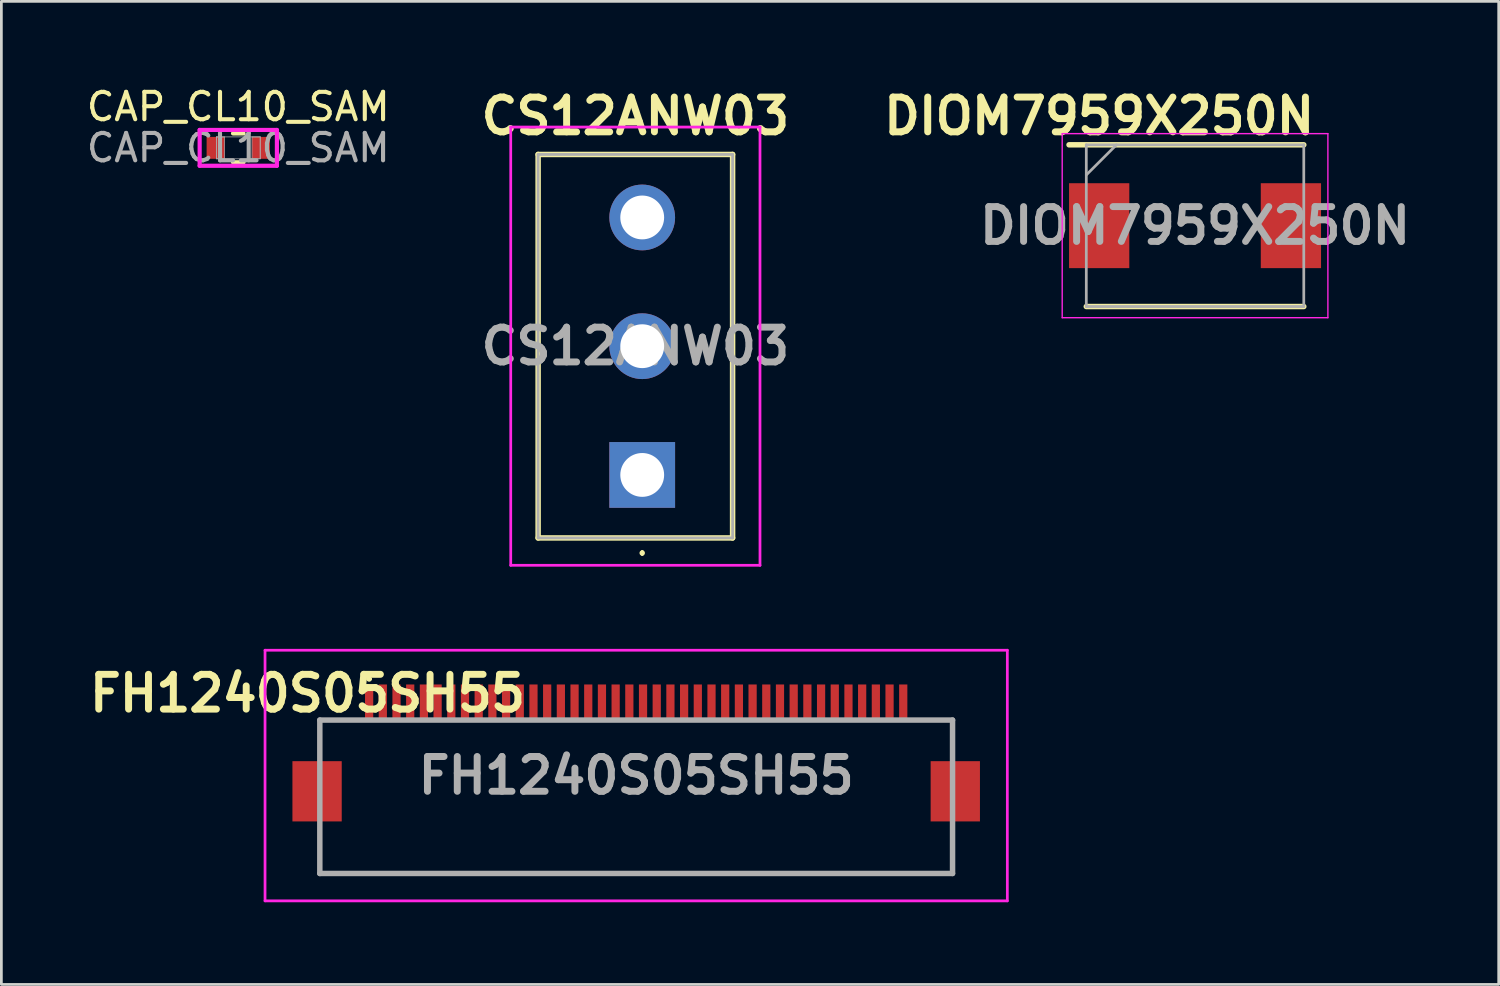
<source format=kicad_pcb>
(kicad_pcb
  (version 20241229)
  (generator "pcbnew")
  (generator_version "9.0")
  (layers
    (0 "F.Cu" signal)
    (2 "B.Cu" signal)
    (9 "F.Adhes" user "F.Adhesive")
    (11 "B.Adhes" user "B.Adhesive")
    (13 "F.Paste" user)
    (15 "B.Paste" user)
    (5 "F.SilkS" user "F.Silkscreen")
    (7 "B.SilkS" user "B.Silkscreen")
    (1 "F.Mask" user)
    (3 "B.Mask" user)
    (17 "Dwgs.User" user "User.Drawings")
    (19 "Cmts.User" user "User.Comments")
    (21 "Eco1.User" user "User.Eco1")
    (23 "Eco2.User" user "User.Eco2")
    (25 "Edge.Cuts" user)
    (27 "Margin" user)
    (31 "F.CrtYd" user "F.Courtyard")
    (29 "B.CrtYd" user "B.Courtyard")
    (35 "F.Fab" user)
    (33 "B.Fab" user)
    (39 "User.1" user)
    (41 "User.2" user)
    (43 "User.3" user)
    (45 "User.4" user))
  (footprint "DIOM7959X250N"
    (layer "F.Cu")
    (at 40.579 5.189)
    (property "Reference" "DIOM7959X250N" (at -3.5 -4 0) (layer "F.SilkS") (effects (font (size 1.27 1.27) (thickness 0.254))))
    (attr smd)
    (fp_line (start -3.97 2.952) (end 3.97 2.952) (stroke (width 0.2) (type solid)) (layer "F.SilkS"))
    (fp_line (start 3.97 -2.952) (end -4.6 -2.952) (stroke (width 0.2) (type solid)) (layer "F.SilkS"))
    (fp_line (start -4.85 -3.36) (end 4.85 -3.36) (stroke (width 0.05) (type solid)) (layer "F.CrtYd"))
    (fp_line (start -4.85 3.36) (end -4.85 -3.36) (stroke (width 0.05) (type solid)) (layer "F.CrtYd"))
    (fp_line (start 4.85 -3.36) (end 4.85 3.36) (stroke (width 0.05) (type solid)) (layer "F.CrtYd"))
    (fp_line (start 4.85 3.36) (end -4.85 3.36) (stroke (width 0.05) (type solid)) (layer "F.CrtYd"))
    (fp_line (start -3.97 -2.952) (end 3.97 -2.952) (stroke (width 0.1) (type solid)) (layer "F.Fab"))
    (fp_line (start -3.97 -1.852) (end -2.87 -2.952) (stroke (width 0.1) (type solid)) (layer "F.Fab"))
    (fp_line (start -3.97 2.952) (end -3.97 -2.952) (stroke (width 0.1) (type solid)) (layer "F.Fab"))
    (fp_line (start 3.97 -2.952) (end 3.97 2.952) (stroke (width 0.1) (type solid)) (layer "F.Fab"))
    (fp_line (start 3.97 2.952) (end -3.97 2.952) (stroke (width 0.1) (type solid)) (layer "F.Fab"))
    (fp_text user "${REFERENCE}" (at 0 0 0) (layer "F.Fab") (effects (font (size 1.27 1.27) (thickness 0.254))))
    (pad "1" smd rect (at -3.5 0) (size 2.2 3.1) (layers "F.Cu" "F.Mask" "F.Paste"))
    (pad "2" smd rect (at 3.5 0) (size 2.2 3.1) (layers "F.Cu" "F.Mask" "F.Paste")))
  (footprint "CS12ANW03"
    (layer "F.Cu")
    (at 20.396 14.289)
    (property "Reference" "CS12ANW03" (at -0.25 -13.1 0) (layer "F.SilkS") (effects (font (size 1.27 1.27) (thickness 0.254))))
    (attr through_hole)
    (fp_line (start -3.8 -11.7) (end 3.3 -11.7) (stroke (width 0.2) (type solid)) (layer "F.SilkS"))
    (fp_line (start -3.8 2.3) (end -3.8 -11.7) (stroke (width 0.2) (type solid)) (layer "F.SilkS"))
    (fp_line (start 0 2.8) (end 0 2.8) (stroke (width 0.1) (type solid)) (layer "F.SilkS"))
    (fp_line (start 0 2.9) (end 0 2.9) (stroke (width 0.1) (type solid)) (layer "F.SilkS"))
    (fp_line (start 3.3 -11.7) (end 3.3 2.3) (stroke (width 0.2) (type solid)) (layer "F.SilkS"))
    (fp_line (start 3.3 2.3) (end -3.8 2.3) (stroke (width 0.2) (type solid)) (layer "F.SilkS"))
    (fp_arc (start 0 2.8) (mid 0.05 2.85) (end 0 2.9) (stroke (width 0.1) (type solid)) (layer "F.SilkS"))
    (fp_arc (start 0 2.9) (mid -0.05 2.85) (end 0 2.8) (stroke (width 0.1) (type solid)) (layer "F.SilkS"))
    (fp_line (start -4.8 -12.7) (end 4.3 -12.7) (stroke (width 0.1) (type solid)) (layer "F.CrtYd"))
    (fp_line (start -4.8 3.3) (end -4.8 -12.7) (stroke (width 0.1) (type solid)) (layer "F.CrtYd"))
    (fp_line (start 4.3 -12.7) (end 4.3 3.3) (stroke (width 0.1) (type solid)) (layer "F.CrtYd"))
    (fp_line (start 4.3 3.3) (end -4.8 3.3) (stroke (width 0.1) (type solid)) (layer "F.CrtYd"))
    (fp_line (start -3.8 -11.7) (end 3.3 -11.7) (stroke (width 0.1) (type solid)) (layer "F.Fab"))
    (fp_line (start -3.8 2.3) (end -3.8 -11.7) (stroke (width 0.1) (type solid)) (layer "F.Fab"))
    (fp_line (start 3.3 -11.7) (end 3.3 2.3) (stroke (width 0.1) (type solid)) (layer "F.Fab"))
    (fp_line (start 3.3 2.3) (end -3.8 2.3) (stroke (width 0.1) (type solid)) (layer "F.Fab"))
    (fp_text user "${REFERENCE}" (at -0.25 -4.7 0) (layer "F.Fab") (effects (font (size 1.27 1.27) (thickness 0.254))))
    (pad "1" thru_hole rect (at 0 0) (size 2.4 2.4) (drill 1.6) (layers "*.Cu" "*.Mask"))
    (pad "2" thru_hole circle (at 0 -4.7) (size 2.4 2.4) (drill 1.6) (layers "*.Cu" "*.Mask"))
    (pad "3" thru_hole circle (at 0 -9.4) (size 2.4 2.4) (drill 1.6) (layers "*.Cu" "*.Mask")))
  (footprint "CAP_CL10_SAM"
    (layer "F.Cu")
    (at 5.649 2.348)
    (property "Reference" "CAP_CL10_SAM" (at 0 -1.5 0) (unlocked yes) (layer "F.SilkS") (effects (font (size 1 1) (thickness 0.15))))
    (attr smd)
    (fp_line (start -0.192 0.527) (end 0.192 0.527) (stroke (width 0.152) (type solid)) (layer "F.SilkS"))
    (fp_line (start 0.192 -0.527) (end -0.192 -0.527) (stroke (width 0.152) (type solid)) (layer "F.SilkS"))
    (fp_line (start -1.41 -0.654) (end 1.41 -0.654) (stroke (width 0.152) (type solid)) (layer "F.CrtYd"))
    (fp_line (start -1.41 0.654) (end -1.41 -0.654) (stroke (width 0.152) (type solid)) (layer "F.CrtYd"))
    (fp_line (start 1.41 -0.654) (end 1.41 0.654) (stroke (width 0.152) (type solid)) (layer "F.CrtYd"))
    (fp_line (start 1.41 0.654) (end -1.41 0.654) (stroke (width 0.152) (type solid)) (layer "F.CrtYd"))
    (fp_line (start -0.8 -0.4) (end -0.8 0.4) (stroke (width 0.025) (type solid)) (layer "F.Fab"))
    (fp_line (start -0.8 -0.4) (end -0.8 0.4) (stroke (width 0.025) (type solid)) (layer "F.Fab"))
    (fp_line (start -0.8 0.4) (end -0.5 0.4) (stroke (width 0.025) (type solid)) (layer "F.Fab"))
    (fp_line (start -0.8 0.4) (end 0.8 0.4) (stroke (width 0.025) (type solid)) (layer "F.Fab"))
    (fp_line (start -0.5 -0.4) (end -0.8 -0.4) (stroke (width 0.025) (type solid)) (layer "F.Fab"))
    (fp_line (start -0.5 0.4) (end -0.5 -0.4) (stroke (width 0.025) (type solid)) (layer "F.Fab"))
    (fp_line (start 0.5 -0.4) (end 0.5 0.4) (stroke (width 0.025) (type solid)) (layer "F.Fab"))
    (fp_line (start 0.5 0.4) (end 0.8 0.4) (stroke (width 0.025) (type solid)) (layer "F.Fab"))
    (fp_line (start 0.8 -0.4) (end -0.8 -0.4) (stroke (width 0.025) (type solid)) (layer "F.Fab"))
    (fp_line (start 0.8 -0.4) (end 0.5 -0.4) (stroke (width 0.025) (type solid)) (layer "F.Fab"))
    (fp_line (start 0.8 0.4) (end 0.8 -0.4) (stroke (width 0.025) (type solid)) (layer "F.Fab"))
    (fp_line (start 0.8 0.4) (end 0.8 -0.4) (stroke (width 0.025) (type solid)) (layer "F.Fab"))
    (fp_circle (center -0.701 0) (end -0.701 0) (stroke (width 0.025) (type solid)) (fill no) (layer "F.Fab"))
    (fp_text user "${REFERENCE}" (at 0 0 0) (unlocked yes) (layer "F.Fab") (effects (font (size 1 1) (thickness 0.15))))
    (pad "1" smd rect (at -0.828 0) (size 0.656 0.8) (layers "F.Cu" "F.Mask" "F.Paste"))
    (pad "2" smd rect (at 0.828 0) (size 0.656 0.8) (layers "F.Cu" "F.Mask" "F.Paste"))
    (zone (net_name "") (layer "F.Cu") (hatch full 0.508) (connect_pads) (min_thickness 0.254) (filled_areas_thickness no) (keepout (tracks not_allowed) (vias not_allowed) (pads allowed) (copperpour not_allowed) (footprints allowed)) (placement (enabled no)) (fill) (polygon (pts (xy 5.2 1.999) (xy 6.098 1.999) (xy 6.098 2.697) (xy 5.2 2.697)))))
  (footprint "FH1240S05SH55"
    (layer "F.Cu")
    (at 20.176 25.264)
    (property "Reference" "FH1240S05SH55" (at -12 -3 0) (layer "F.SilkS") (effects (font (size 1.27 1.27) (thickness 0.254))))
    (attr smd)
    (fp_line (start -11.55 -2.025) (end -11.55 -1.025) (stroke (width 0.1) (type solid)) (layer "F.SilkS"))
    (fp_line (start -11.55 1.975) (end -11.55 3.575) (stroke (width 0.1) (type solid)) (layer "F.SilkS"))
    (fp_line (start -11.55 3.575) (end 11.55 3.575) (stroke (width 0.1) (type solid)) (layer "F.SilkS"))
    (fp_line (start -11.5 -2.025) (end -11.55 -2.025) (stroke (width 0.1) (type solid)) (layer "F.SilkS"))
    (fp_line (start -10.5 -2.025) (end -11.5 -2.025) (stroke (width 0.1) (type solid)) (layer "F.SilkS"))
    (fp_line (start -9.8 -3.525) (end -9.8 -3.525) (stroke (width 0.1) (type solid)) (layer "F.SilkS"))
    (fp_line (start -9.7 -3.525) (end -9.7 -3.525) (stroke (width 0.1) (type solid)) (layer "F.SilkS"))
    (fp_line (start 10.5 -2.025) (end 11.55 -2.025) (stroke (width 0.1) (type solid)) (layer "F.SilkS"))
    (fp_line (start 11.55 -2.025) (end 11.55 -1.025) (stroke (width 0.1) (type solid)) (layer "F.SilkS"))
    (fp_line (start 11.55 3.575) (end 11.55 1.975) (stroke (width 0.1) (type solid)) (layer "F.SilkS"))
    (fp_arc (start -9.8 -3.525) (mid -9.75 -3.575) (end -9.7 -3.525) (stroke (width 0.1) (type solid)) (layer "F.SilkS"))
    (fp_arc (start -9.7 -3.525) (mid -9.75 -3.475) (end -9.8 -3.525) (stroke (width 0.1) (type solid)) (layer "F.SilkS"))
    (fp_line (start -13.55 -4.575) (end 13.55 -4.575) (stroke (width 0.1) (type solid)) (layer "F.CrtYd"))
    (fp_line (start -13.55 4.575) (end -13.55 -4.575) (stroke (width 0.1) (type solid)) (layer "F.CrtYd"))
    (fp_line (start 13.55 -4.575) (end 13.55 4.575) (stroke (width 0.1) (type solid)) (layer "F.CrtYd"))
    (fp_line (start 13.55 4.575) (end -13.55 4.575) (stroke (width 0.1) (type solid)) (layer "F.CrtYd"))
    (fp_line (start -11.55 -2.025) (end 11.55 -2.025) (stroke (width 0.2) (type solid)) (layer "F.Fab"))
    (fp_line (start -11.55 3.575) (end -11.55 -2.025) (stroke (width 0.2) (type solid)) (layer "F.Fab"))
    (fp_line (start 11.55 -2.025) (end 11.55 3.575) (stroke (width 0.2) (type solid)) (layer "F.Fab"))
    (fp_line (start 11.55 3.575) (end -11.55 3.575) (stroke (width 0.2) (type solid)) (layer "F.Fab"))
    (fp_text user "${REFERENCE}" (at 0 0 0) (layer "F.Fab") (effects (font (size 1.27 1.27) (thickness 0.254))))
    (pad "1" smd rect (at -9.75 -2.675) (size 0.3 1.3) (layers "F.Cu" "F.Mask" "F.Paste"))
    (pad "2" smd rect (at -9.25 -2.675) (size 0.3 1.3) (layers "F.Cu" "F.Mask" "F.Paste"))
    (pad "3" smd rect (at -8.75 -2.675) (size 0.3 1.3) (layers "F.Cu" "F.Mask" "F.Paste"))
    (pad "4" smd rect (at -8.25 -2.675) (size 0.3 1.3) (layers "F.Cu" "F.Mask" "F.Paste"))
    (pad "5" smd rect (at -7.75 -2.675) (size 0.3 1.3) (layers "F.Cu" "F.Mask" "F.Paste"))
    (pad "6" smd rect (at -7.25 -2.675) (size 0.3 1.3) (layers "F.Cu" "F.Mask" "F.Paste"))
    (pad "7" smd rect (at -6.75 -2.675) (size 0.3 1.3) (layers "F.Cu" "F.Mask" "F.Paste"))
    (pad "8" smd rect (at -6.25 -2.675) (size 0.3 1.3) (layers "F.Cu" "F.Mask" "F.Paste"))
    (pad "9" smd rect (at -5.75 -2.675) (size 0.3 1.3) (layers "F.Cu" "F.Mask" "F.Paste"))
    (pad "10" smd rect (at -5.25 -2.675) (size 0.3 1.3) (layers "F.Cu" "F.Mask" "F.Paste"))
    (pad "11" smd rect (at -4.75 -2.675) (size 0.3 1.3) (layers "F.Cu" "F.Mask" "F.Paste"))
    (pad "12" smd rect (at -4.25 -2.675) (size 0.3 1.3) (layers "F.Cu" "F.Mask" "F.Paste"))
    (pad "13" smd rect (at -3.75 -2.675) (size 0.3 1.3) (layers "F.Cu" "F.Mask" "F.Paste"))
    (pad "14" smd rect (at -3.25 -2.675) (size 0.3 1.3) (layers "F.Cu" "F.Mask" "F.Paste"))
    (pad "15" smd rect (at -2.75 -2.675) (size 0.3 1.3) (layers "F.Cu" "F.Mask" "F.Paste"))
    (pad "16" smd rect (at -2.25 -2.675) (size 0.3 1.3) (layers "F.Cu" "F.Mask" "F.Paste"))
    (pad "17" smd rect (at -1.75 -2.675) (size 0.3 1.3) (layers "F.Cu" "F.Mask" "F.Paste"))
    (pad "18" smd rect (at -1.25 -2.675) (size 0.3 1.3) (layers "F.Cu" "F.Mask" "F.Paste"))
    (pad "19" smd rect (at -0.75 -2.675) (size 0.3 1.3) (layers "F.Cu" "F.Mask" "F.Paste"))
    (pad "20" smd rect (at -0.25 -2.675) (size 0.3 1.3) (layers "F.Cu" "F.Mask" "F.Paste"))
    (pad "21" smd rect (at 0.25 -2.675) (size 0.3 1.3) (layers "F.Cu" "F.Mask" "F.Paste"))
    (pad "22" smd rect (at 0.75 -2.675) (size 0.3 1.3) (layers "F.Cu" "F.Mask" "F.Paste"))
    (pad "23" smd rect (at 1.25 -2.675) (size 0.3 1.3) (layers "F.Cu" "F.Mask" "F.Paste"))
    (pad "24" smd rect (at 1.75 -2.675) (size 0.3 1.3) (layers "F.Cu" "F.Mask" "F.Paste"))
    (pad "25" smd rect (at 2.25 -2.675) (size 0.3 1.3) (layers "F.Cu" "F.Mask" "F.Paste"))
    (pad "26" smd rect (at 2.75 -2.675) (size 0.3 1.3) (layers "F.Cu" "F.Mask" "F.Paste"))
    (pad "27" smd rect (at 3.25 -2.675) (size 0.3 1.3) (layers "F.Cu" "F.Mask" "F.Paste"))
    (pad "28" smd rect (at 3.75 -2.675) (size 0.3 1.3) (layers "F.Cu" "F.Mask" "F.Paste"))
    (pad "29" smd rect (at 4.25 -2.675) (size 0.3 1.3) (layers "F.Cu" "F.Mask" "F.Paste"))
    (pad "30" smd rect (at 4.75 -2.675) (size 0.3 1.3) (layers "F.Cu" "F.Mask" "F.Paste"))
    (pad "31" smd rect (at 5.25 -2.675) (size 0.3 1.3) (layers "F.Cu" "F.Mask" "F.Paste"))
    (pad "32" smd rect (at 5.75 -2.675) (size 0.3 1.3) (layers "F.Cu" "F.Mask" "F.Paste"))
    (pad "33" smd rect (at 6.25 -2.675) (size 0.3 1.3) (layers "F.Cu" "F.Mask" "F.Paste"))
    (pad "34" smd rect (at 6.75 -2.675) (size 0.3 1.3) (layers "F.Cu" "F.Mask" "F.Paste"))
    (pad "35" smd rect (at 7.25 -2.675) (size 0.3 1.3) (layers "F.Cu" "F.Mask" "F.Paste"))
    (pad "36" smd rect (at 7.75 -2.675) (size 0.3 1.3) (layers "F.Cu" "F.Mask" "F.Paste"))
    (pad "37" smd rect (at 8.25 -2.675) (size 0.3 1.3) (layers "F.Cu" "F.Mask" "F.Paste"))
    (pad "38" smd rect (at 8.75 -2.675) (size 0.3 1.3) (layers "F.Cu" "F.Mask" "F.Paste"))
    (pad "39" smd rect (at 9.25 -2.675) (size 0.3 1.3) (layers "F.Cu" "F.Mask" "F.Paste"))
    (pad "40" smd rect (at 9.75 -2.675) (size 0.3 1.3) (layers "F.Cu" "F.Mask" "F.Paste"))
    (pad "41" smd rect (at -11.65 0.575) (size 1.8 2.2) (layers "F.Cu" "F.Mask" "F.Paste"))
    (pad "42" smd rect (at 11.65 0.575) (size 1.8 2.2) (layers "F.Cu" "F.Mask" "F.Paste")))
  (gr_rect
    (start -3 -3)
    (end 51.665 32.889)
    (stroke (width 0.1) (type default))
    (fill no)
    (layer "Edge.Cuts")))
</source>
